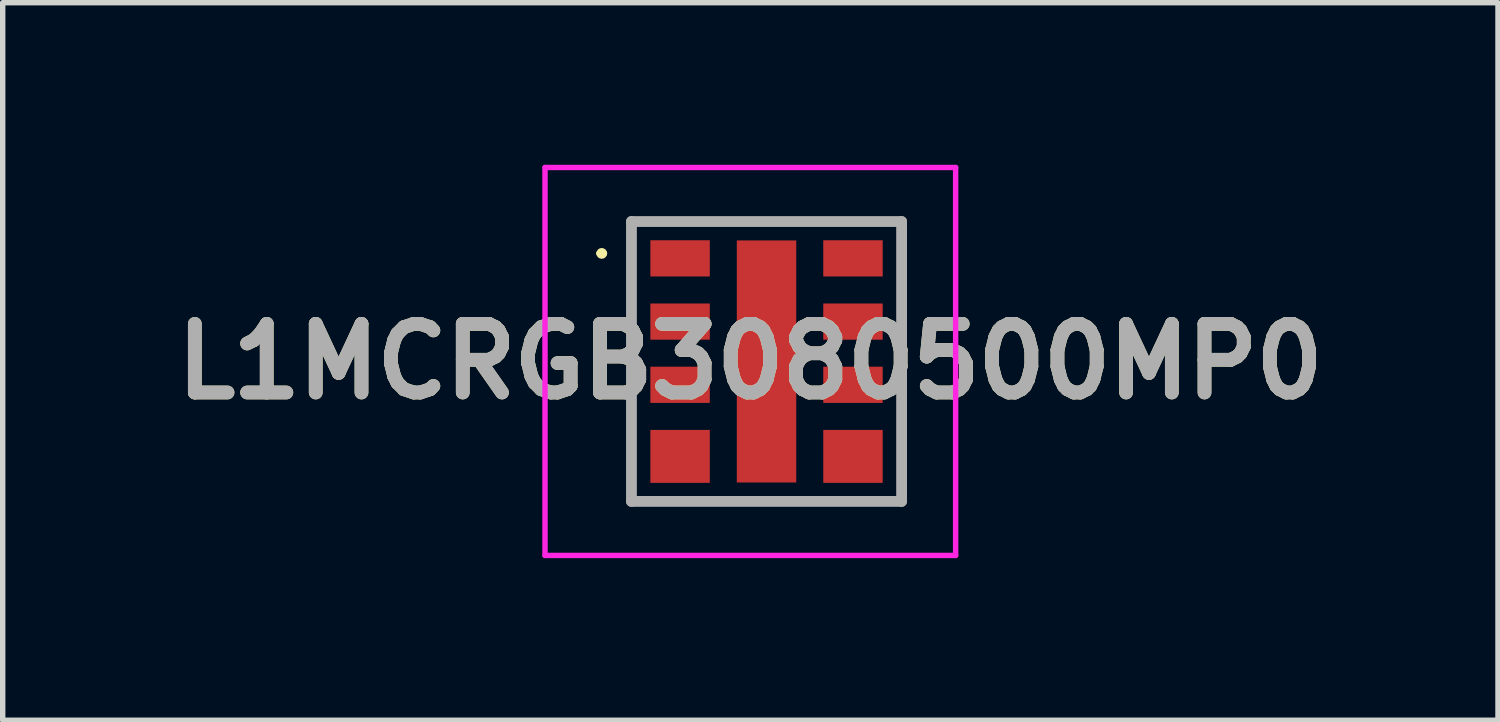
<source format=kicad_pcb>
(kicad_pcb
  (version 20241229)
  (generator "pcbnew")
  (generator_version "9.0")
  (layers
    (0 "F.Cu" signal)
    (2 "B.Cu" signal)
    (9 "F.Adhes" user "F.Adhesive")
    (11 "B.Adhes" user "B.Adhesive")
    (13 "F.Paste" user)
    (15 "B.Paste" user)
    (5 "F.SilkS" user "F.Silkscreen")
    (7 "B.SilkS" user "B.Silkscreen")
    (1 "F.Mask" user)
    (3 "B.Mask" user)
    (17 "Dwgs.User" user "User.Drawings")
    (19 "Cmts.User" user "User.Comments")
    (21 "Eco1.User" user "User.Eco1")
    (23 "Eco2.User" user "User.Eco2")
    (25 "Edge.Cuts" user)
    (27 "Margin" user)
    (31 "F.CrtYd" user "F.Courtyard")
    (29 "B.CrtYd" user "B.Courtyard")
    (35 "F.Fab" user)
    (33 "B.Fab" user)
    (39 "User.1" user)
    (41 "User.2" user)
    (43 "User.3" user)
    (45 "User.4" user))
  (footprint "L1MCRGB3080500MP0"
    (layer "F.Cu")
    (at 11.137 3.64)
    (property "Reference" "L1MCRGB3080500MP0" (at -0.3 0 0) (layer "F.SilkS") (effects (font (size 1.27 1.27) (thickness 0.254))))
    (attr smd)
    (fp_line (start -3.1 -2) (end -3.1 -2) (stroke (width 0.1) (type solid)) (layer "F.SilkS"))
    (fp_line (start -3 -2) (end -3 -2) (stroke (width 0.1) (type solid)) (layer "F.SilkS"))
    (fp_line (start -2.5 -2.59) (end 2.5 -2.59) (stroke (width 0.1) (type solid)) (layer "F.SilkS"))
    (fp_line (start -2.5 2.59) (end -2.5 -2.59) (stroke (width 0.1) (type solid)) (layer "F.SilkS"))
    (fp_line (start 2.5 -2.59) (end 2.5 2.59) (stroke (width 0.1) (type solid)) (layer "F.SilkS"))
    (fp_line (start 2.5 2.59) (end -2.5 2.59) (stroke (width 0.1) (type solid)) (layer "F.SilkS"))
    (fp_arc (start -3.1 -2) (mid -3.05 -2.05) (end -3 -2) (stroke (width 0.1) (type solid)) (layer "F.SilkS"))
    (fp_arc (start -3 -2) (mid -3.05 -1.95) (end -3.1 -2) (stroke (width 0.1) (type solid)) (layer "F.SilkS"))
    (fp_line (start -4.1 -3.59) (end 3.5 -3.59) (stroke (width 0.1) (type solid)) (layer "F.CrtYd"))
    (fp_line (start -4.1 3.59) (end -4.1 -3.59) (stroke (width 0.1) (type solid)) (layer "F.CrtYd"))
    (fp_line (start 3.5 -3.59) (end 3.5 3.59) (stroke (width 0.1) (type solid)) (layer "F.CrtYd"))
    (fp_line (start 3.5 3.59) (end -4.1 3.59) (stroke (width 0.1) (type solid)) (layer "F.CrtYd"))
    (fp_line (start -2.5 -2.59) (end 2.5 -2.59) (stroke (width 0.2) (type solid)) (layer "F.Fab"))
    (fp_line (start -2.5 2.59) (end -2.5 -2.59) (stroke (width 0.2) (type solid)) (layer "F.Fab"))
    (fp_line (start 2.5 -2.59) (end 2.5 2.59) (stroke (width 0.2) (type solid)) (layer "F.Fab"))
    (fp_line (start 2.5 2.59) (end -2.5 2.59) (stroke (width 0.2) (type solid)) (layer "F.Fab"))
    (fp_text user "${REFERENCE}" (at -0.3 0 0) (layer "F.Fab") (effects (font (size 1.27 1.27) (thickness 0.254))))
    (pad "1" smd rect (at -1.6 -1.908 90) (size 0.67 1.1) (layers "F.Cu" "F.Mask" "F.Paste"))
    (pad "2" smd rect (at 1.6 -1.908 90) (size 0.67 1.1) (layers "F.Cu" "F.Mask" "F.Paste"))
    (pad "3" smd rect (at -1.6 -0.738 90) (size 0.67 1.1) (layers "F.Cu" "F.Mask" "F.Paste"))
    (pad "4" smd rect (at 1.6 -0.738 90) (size 0.67 1.1) (layers "F.Cu" "F.Mask" "F.Paste"))
    (pad "5" smd rect (at -1.6 0.432 90) (size 0.67 1.1) (layers "F.Cu" "F.Mask" "F.Paste"))
    (pad "6" smd rect (at 1.6 0.432 90) (size 0.67 1.1) (layers "F.Cu" "F.Mask" "F.Paste"))
    (pad "7" smd rect (at -1.6 1.757 90) (size 0.98 1.1) (layers "F.Cu" "F.Mask" "F.Paste"))
    (pad "8" smd rect (at 1.6 1.757 90) (size 0.98 1.1) (layers "F.Cu" "F.Mask" "F.Paste"))
    (pad "9" smd rect (at 0 0) (size 1.1 4.48) (layers "F.Cu" "F.Mask" "F.Paste")))
  (gr_rect
    (start -3 -3)
    (end 24.675 10.28)
    (stroke (width 0.1) (type default))
    (fill no)
    (layer "Edge.Cuts")))
</source>
